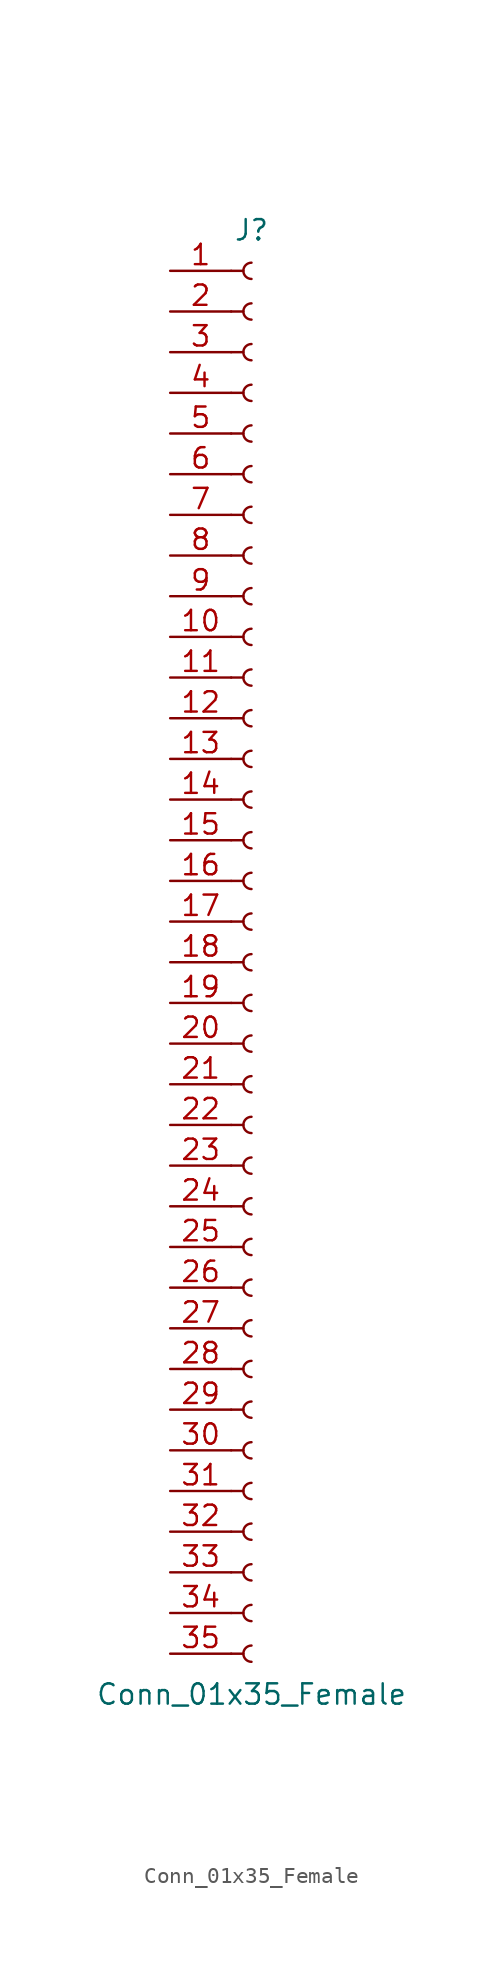
<source format=kicad_sym>
(kicad_symbol_lib
  (version 20211014)
  (generator kicad_symbol_editor)
  (symbol "Conn_01x35_Female"
    (pin_names
      (offset 1.016) hide)
    (property "Reference" "J"
      (at 0 45.72 0)
      (effects (font (size 1.27 1.27))))
    (property "Value" "Conn_01x35_Female"
      (at 0 -45.72 0)
      (effects (font (size 1.27 1.27))))
    (symbol "Conn_01x35_Female_1_1"
      (arc (start 0 -42.672) (mid -0.508 -43.18) (end 0 -43.688) (stroke (width 0.1524) (type default) (color 0 0 0 0)) (fill (type none)))
      (arc (start 0 -40.132) (mid -0.508 -40.64) (end 0 -41.148) (stroke (width 0.1524) (type default) (color 0 0 0 0)) (fill (type none)))
      (arc (start 0 -37.592) (mid -0.508 -38.1) (end 0 -38.608) (stroke (width 0.1524) (type default) (color 0 0 0 0)) (fill (type none)))
      (arc (start 0 -35.052) (mid -0.508 -35.56) (end 0 -36.068) (stroke (width 0.1524) (type default) (color 0 0 0 0)) (fill (type none)))
      (arc (start 0 -32.512) (mid -0.508 -33.02) (end 0 -33.528) (stroke (width 0.1524) (type default) (color 0 0 0 0)) (fill (type none)))
      (arc (start 0 -29.972) (mid -0.508 -30.48) (end 0 -30.988) (stroke (width 0.1524) (type default) (color 0 0 0 0)) (fill (type none)))
      (arc (start 0 -27.432) (mid -0.508 -27.94) (end 0 -28.448) (stroke (width 0.1524) (type default) (color 0 0 0 0)) (fill (type none)))
      (arc (start 0 -24.892) (mid -0.508 -25.4) (end 0 -25.908) (stroke (width 0.1524) (type default) (color 0 0 0 0)) (fill (type none)))
      (arc (start 0 -22.352) (mid -0.508 -22.86) (end 0 -23.368) (stroke (width 0.1524) (type default) (color 0 0 0 0)) (fill (type none)))
      (arc (start 0 -19.812) (mid -0.508 -20.32) (end 0 -20.828) (stroke (width 0.1524) (type default) (color 0 0 0 0)) (fill (type none)))
      (arc (start 0 -17.272) (mid -0.508 -17.78) (end 0 -18.288) (stroke (width 0.1524) (type default) (color 0 0 0 0)) (fill (type none)))
      (arc (start 0 -14.732) (mid -0.508 -15.24) (end 0 -15.748) (stroke (width 0.1524) (type default) (color 0 0 0 0)) (fill (type none)))
      (arc (start 0 -12.192) (mid -0.508 -12.7) (end 0 -13.208) (stroke (width 0.1524) (type default) (color 0 0 0 0)) (fill (type none)))
      (arc (start 0 -9.652) (mid -0.508 -10.16) (end 0 -10.668) (stroke (width 0.1524) (type default) (color 0 0 0 0)) (fill (type none)))
      (arc (start 0 -7.112) (mid -0.508 -7.62) (end 0 -8.128) (stroke (width 0.1524) (type default) (color 0 0 0 0)) (fill (type none)))
      (arc (start 0 -4.572) (mid -0.508 -5.08) (end 0 -5.588) (stroke (width 0.1524) (type default) (color 0 0 0 0)) (fill (type none)))
      (arc (start 0 -2.032) (mid -0.508 -2.54) (end 0 -3.048) (stroke (width 0.1524) (type default) (color 0 0 0 0)) (fill (type none)))
      (polyline (pts (xy -1.27 -43.18) (xy -0.508 -43.18)) (stroke (width 0.152) (type default) (color 0 0 0 0)) (fill (type none)))
      (polyline (pts (xy -1.27 -40.64) (xy -0.508 -40.64)) (stroke (width 0.152) (type default) (color 0 0 0 0)) (fill (type none)))
      (polyline (pts (xy -1.27 -38.1) (xy -0.508 -38.1)) (stroke (width 0.152) (type default) (color 0 0 0 0)) (fill (type none)))
      (polyline (pts (xy -1.27 -35.56) (xy -0.508 -35.56)) (stroke (width 0.152) (type default) (color 0 0 0 0)) (fill (type none)))
      (polyline (pts (xy -1.27 -33.02) (xy -0.508 -33.02)) (stroke (width 0.152) (type default) (color 0 0 0 0)) (fill (type none)))
      (polyline (pts (xy -1.27 -30.48) (xy -0.508 -30.48)) (stroke (width 0.152) (type default) (color 0 0 0 0)) (fill (type none)))
      (polyline (pts (xy -1.27 -27.94) (xy -0.508 -27.94)) (stroke (width 0.152) (type default) (color 0 0 0 0)) (fill (type none)))
      (polyline (pts (xy -1.27 -25.4) (xy -0.508 -25.4)) (stroke (width 0.152) (type default) (color 0 0 0 0)) (fill (type none)))
      (polyline (pts (xy -1.27 -22.86) (xy -0.508 -22.86)) (stroke (width 0.152) (type default) (color 0 0 0 0)) (fill (type none)))
      (polyline (pts (xy -1.27 -20.32) (xy -0.508 -20.32)) (stroke (width 0.152) (type default) (color 0 0 0 0)) (fill (type none)))
      (polyline (pts (xy -1.27 -17.78) (xy -0.508 -17.78)) (stroke (width 0.152) (type default) (color 0 0 0 0)) (fill (type none)))
      (polyline (pts (xy -1.27 -15.24) (xy -0.508 -15.24)) (stroke (width 0.152) (type default) (color 0 0 0 0)) (fill (type none)))
      (polyline (pts (xy -1.27 -12.7) (xy -0.508 -12.7)) (stroke (width 0.152) (type default) (color 0 0 0 0)) (fill (type none)))
      (polyline (pts (xy -1.27 -10.16) (xy -0.508 -10.16)) (stroke (width 0.152) (type default) (color 0 0 0 0)) (fill (type none)))
      (polyline (pts (xy -1.27 -7.62) (xy -0.508 -7.62)) (stroke (width 0.152) (type default) (color 0 0 0 0)) (fill (type none)))
      (polyline (pts (xy -1.27 -5.08) (xy -0.508 -5.08)) (stroke (width 0.152) (type default) (color 0 0 0 0)) (fill (type none)))
      (polyline (pts (xy -1.27 -2.54) (xy -0.508 -2.54)) (stroke (width 0.152) (type default) (color 0 0 0 0)) (fill (type none)))
      (polyline (pts (xy -1.27 0) (xy -0.508 0)) (stroke (width 0.152) (type default) (color 0 0 0 0)) (fill (type none)))
      (polyline (pts (xy -1.27 2.54) (xy -0.508 2.54)) (stroke (width 0.152) (type default) (color 0 0 0 0)) (fill (type none)))
      (polyline (pts (xy -1.27 5.08) (xy -0.508 5.08)) (stroke (width 0.152) (type default) (color 0 0 0 0)) (fill (type none)))
      (polyline (pts (xy -1.27 7.62) (xy -0.508 7.62)) (stroke (width 0.152) (type default) (color 0 0 0 0)) (fill (type none)))
      (polyline (pts (xy -1.27 10.16) (xy -0.508 10.16)) (stroke (width 0.152) (type default) (color 0 0 0 0)) (fill (type none)))
      (polyline (pts (xy -1.27 12.7) (xy -0.508 12.7)) (stroke (width 0.152) (type default) (color 0 0 0 0)) (fill (type none)))
      (polyline (pts (xy -1.27 15.24) (xy -0.508 15.24)) (stroke (width 0.152) (type default) (color 0 0 0 0)) (fill (type none)))
      (polyline (pts (xy -1.27 17.78) (xy -0.508 17.78)) (stroke (width 0.152) (type default) (color 0 0 0 0)) (fill (type none)))
      (polyline (pts (xy -1.27 20.32) (xy -0.508 20.32)) (stroke (width 0.152) (type default) (color 0 0 0 0)) (fill (type none)))
      (polyline (pts (xy -1.27 22.86) (xy -0.508 22.86)) (stroke (width 0.152) (type default) (color 0 0 0 0)) (fill (type none)))
      (polyline (pts (xy -1.27 25.4) (xy -0.508 25.4)) (stroke (width 0.152) (type default) (color 0 0 0 0)) (fill (type none)))
      (polyline (pts (xy -1.27 27.94) (xy -0.508 27.94)) (stroke (width 0.152) (type default) (color 0 0 0 0)) (fill (type none)))
      (polyline (pts (xy -1.27 30.48) (xy -0.508 30.48)) (stroke (width 0.152) (type default) (color 0 0 0 0)) (fill (type none)))
      (polyline (pts (xy -1.27 33.02) (xy -0.508 33.02)) (stroke (width 0.152) (type default) (color 0 0 0 0)) (fill (type none)))
      (polyline (pts (xy -1.27 35.56) (xy -0.508 35.56)) (stroke (width 0.152) (type default) (color 0 0 0 0)) (fill (type none)))
      (polyline (pts (xy -1.27 38.1) (xy -0.508 38.1)) (stroke (width 0.152) (type default) (color 0 0 0 0)) (fill (type none)))
      (polyline (pts (xy -1.27 40.64) (xy -0.508 40.64)) (stroke (width 0.152) (type default) (color 0 0 0 0)) (fill (type none)))
      (polyline (pts (xy -1.27 43.18) (xy -0.508 43.18)) (stroke (width 0.152) (type default) (color 0 0 0 0)) (fill (type none)))
      (arc (start 0 0.508) (mid -0.508 0) (end 0 -0.508) (stroke (width 0.1524) (type default) (color 0 0 0 0)) (fill (type none)))
      (arc (start 0 3.048) (mid -0.508 2.54) (end 0 2.032) (stroke (width 0.1524) (type default) (color 0 0 0 0)) (fill (type none)))
      (arc (start 0 5.588) (mid -0.508 5.08) (end 0 4.572) (stroke (width 0.1524) (type default) (color 0 0 0 0)) (fill (type none)))
      (arc (start 0 8.128) (mid -0.508 7.62) (end 0 7.112) (stroke (width 0.1524) (type default) (color 0 0 0 0)) (fill (type none)))
      (arc (start 0 10.668) (mid -0.508 10.16) (end 0 9.652) (stroke (width 0.1524) (type default) (color 0 0 0 0)) (fill (type none)))
      (arc (start 0 13.208) (mid -0.508 12.7) (end 0 12.192) (stroke (width 0.1524) (type default) (color 0 0 0 0)) (fill (type none)))
      (arc (start 0 15.748) (mid -0.508 15.24) (end 0 14.732) (stroke (width 0.1524) (type default) (color 0 0 0 0)) (fill (type none)))
      (arc (start 0 18.288) (mid -0.508 17.78) (end 0 17.272) (stroke (width 0.1524) (type default) (color 0 0 0 0)) (fill (type none)))
      (arc (start 0 20.828) (mid -0.508 20.32) (end 0 19.812) (stroke (width 0.1524) (type default) (color 0 0 0 0)) (fill (type none)))
      (arc (start 0 23.368) (mid -0.508 22.86) (end 0 22.352) (stroke (width 0.1524) (type default) (color 0 0 0 0)) (fill (type none)))
      (arc (start 0 25.908) (mid -0.508 25.4) (end 0 24.892) (stroke (width 0.1524) (type default) (color 0 0 0 0)) (fill (type none)))
      (arc (start 0 28.448) (mid -0.508 27.94) (end 0 27.432) (stroke (width 0.1524) (type default) (color 0 0 0 0)) (fill (type none)))
      (arc (start 0 30.988) (mid -0.508 30.48) (end 0 29.972) (stroke (width 0.1524) (type default) (color 0 0 0 0)) (fill (type none)))
      (arc (start 0 33.528) (mid -0.508 33.02) (end 0 32.512) (stroke (width 0.1524) (type default) (color 0 0 0 0)) (fill (type none)))
      (arc (start 0 36.068) (mid -0.508 35.56) (end 0 35.052) (stroke (width 0.1524) (type default) (color 0 0 0 0)) (fill (type none)))
      (arc (start 0 38.608) (mid -0.508 38.1) (end 0 37.592) (stroke (width 0.1524) (type default) (color 0 0 0 0)) (fill (type none)))
      (arc (start 0 41.148) (mid -0.508 40.64) (end 0 40.132) (stroke (width 0.1524) (type default) (color 0 0 0 0)) (fill (type none)))
      (arc (start 0 43.688) (mid -0.508 43.18) (end 0 42.672) (stroke (width 0.1524) (type default) (color 0 0 0 0)) (fill (type none)))
      (pin passive line (at -5.08 43.18 0) (length 3.81) (name "Pin_1" (effects (font (size 1.27 1.27)))) (number "1" (effects (font (size 1.27 1.27)))))
      (pin passive line (at -5.08 20.32 0) (length 3.81) (name "Pin_10" (effects (font (size 1.27 1.27)))) (number "10" (effects (font (size 1.27 1.27)))))
      (pin passive line (at -5.08 17.78 0) (length 3.81) (name "Pin_11" (effects (font (size 1.27 1.27)))) (number "11" (effects (font (size 1.27 1.27)))))
      (pin passive line (at -5.08 15.24 0) (length 3.81) (name "Pin_12" (effects (font (size 1.27 1.27)))) (number "12" (effects (font (size 1.27 1.27)))))
      (pin passive line (at -5.08 12.7 0) (length 3.81) (name "Pin_13" (effects (font (size 1.27 1.27)))) (number "13" (effects (font (size 1.27 1.27)))))
      (pin passive line (at -5.08 10.16 0) (length 3.81) (name "Pin_14" (effects (font (size 1.27 1.27)))) (number "14" (effects (font (size 1.27 1.27)))))
      (pin passive line (at -5.08 7.62 0) (length 3.81) (name "Pin_15" (effects (font (size 1.27 1.27)))) (number "15" (effects (font (size 1.27 1.27)))))
      (pin passive line (at -5.08 5.08 0) (length 3.81) (name "Pin_16" (effects (font (size 1.27 1.27)))) (number "16" (effects (font (size 1.27 1.27)))))
      (pin passive line (at -5.08 2.54 0) (length 3.81) (name "Pin_17" (effects (font (size 1.27 1.27)))) (number "17" (effects (font (size 1.27 1.27)))))
      (pin passive line (at -5.08 0 0) (length 3.81) (name "Pin_18" (effects (font (size 1.27 1.27)))) (number "18" (effects (font (size 1.27 1.27)))))
      (pin passive line (at -5.08 -2.54 0) (length 3.81) (name "Pin_19" (effects (font (size 1.27 1.27)))) (number "19" (effects (font (size 1.27 1.27)))))
      (pin passive line (at -5.08 40.64 0) (length 3.81) (name "Pin_2" (effects (font (size 1.27 1.27)))) (number "2" (effects (font (size 1.27 1.27)))))
      (pin passive line (at -5.08 -5.08 0) (length 3.81) (name "Pin_20" (effects (font (size 1.27 1.27)))) (number "20" (effects (font (size 1.27 1.27)))))
      (pin passive line (at -5.08 -7.62 0) (length 3.81) (name "Pin_21" (effects (font (size 1.27 1.27)))) (number "21" (effects (font (size 1.27 1.27)))))
      (pin passive line (at -5.08 -10.16 0) (length 3.81) (name "Pin_22" (effects (font (size 1.27 1.27)))) (number "22" (effects (font (size 1.27 1.27)))))
      (pin passive line (at -5.08 -12.7 0) (length 3.81) (name "Pin_23" (effects (font (size 1.27 1.27)))) (number "23" (effects (font (size 1.27 1.27)))))
      (pin passive line (at -5.08 -15.24 0) (length 3.81) (name "Pin_24" (effects (font (size 1.27 1.27)))) (number "24" (effects (font (size 1.27 1.27)))))
      (pin passive line (at -5.08 -17.78 0) (length 3.81) (name "Pin_25" (effects (font (size 1.27 1.27)))) (number "25" (effects (font (size 1.27 1.27)))))
      (pin passive line (at -5.08 -20.32 0) (length 3.81) (name "Pin_26" (effects (font (size 1.27 1.27)))) (number "26" (effects (font (size 1.27 1.27)))))
      (pin passive line (at -5.08 -22.86 0) (length 3.81) (name "Pin_27" (effects (font (size 1.27 1.27)))) (number "27" (effects (font (size 1.27 1.27)))))
      (pin passive line (at -5.08 -25.4 0) (length 3.81) (name "Pin_28" (effects (font (size 1.27 1.27)))) (number "28" (effects (font (size 1.27 1.27)))))
      (pin passive line (at -5.08 -27.94 0) (length 3.81) (name "Pin_29" (effects (font (size 1.27 1.27)))) (number "29" (effects (font (size 1.27 1.27)))))
      (pin passive line (at -5.08 38.1 0) (length 3.81) (name "Pin_3" (effects (font (size 1.27 1.27)))) (number "3" (effects (font (size 1.27 1.27)))))
      (pin passive line (at -5.08 -30.48 0) (length 3.81) (name "Pin_30" (effects (font (size 1.27 1.27)))) (number "30" (effects (font (size 1.27 1.27)))))
      (pin passive line (at -5.08 -33.02 0) (length 3.81) (name "Pin_31" (effects (font (size 1.27 1.27)))) (number "31" (effects (font (size 1.27 1.27)))))
      (pin passive line (at -5.08 -35.56 0) (length 3.81) (name "Pin_32" (effects (font (size 1.27 1.27)))) (number "32" (effects (font (size 1.27 1.27)))))
      (pin passive line (at -5.08 -38.1 0) (length 3.81) (name "Pin_33" (effects (font (size 1.27 1.27)))) (number "33" (effects (font (size 1.27 1.27)))))
      (pin passive line (at -5.08 -40.64 0) (length 3.81) (name "Pin_34" (effects (font (size 1.27 1.27)))) (number "34" (effects (font (size 1.27 1.27)))))
      (pin passive line (at -5.08 -43.18 0) (length 3.81) (name "Pin_35" (effects (font (size 1.27 1.27)))) (number "35" (effects (font (size 1.27 1.27)))))
      (pin passive line (at -5.08 35.56 0) (length 3.81) (name "Pin_4" (effects (font (size 1.27 1.27)))) (number "4" (effects (font (size 1.27 1.27)))))
      (pin passive line (at -5.08 33.02 0) (length 3.81) (name "Pin_5" (effects (font (size 1.27 1.27)))) (number "5" (effects (font (size 1.27 1.27)))))
      (pin passive line (at -5.08 30.48 0) (length 3.81) (name "Pin_6" (effects (font (size 1.27 1.27)))) (number "6" (effects (font (size 1.27 1.27)))))
      (pin passive line (at -5.08 27.94 0) (length 3.81) (name "Pin_7" (effects (font (size 1.27 1.27)))) (number "7" (effects (font (size 1.27 1.27)))))
      (pin passive line (at -5.08 25.4 0) (length 3.81) (name "Pin_8" (effects (font (size 1.27 1.27)))) (number "8" (effects (font (size 1.27 1.27)))))
      (pin passive line (at -5.08 22.86 0) (length 3.81) (name "Pin_9" (effects (font (size 1.27 1.27)))) (number "9" (effects (font (size 1.27 1.27))))))))
</source>
